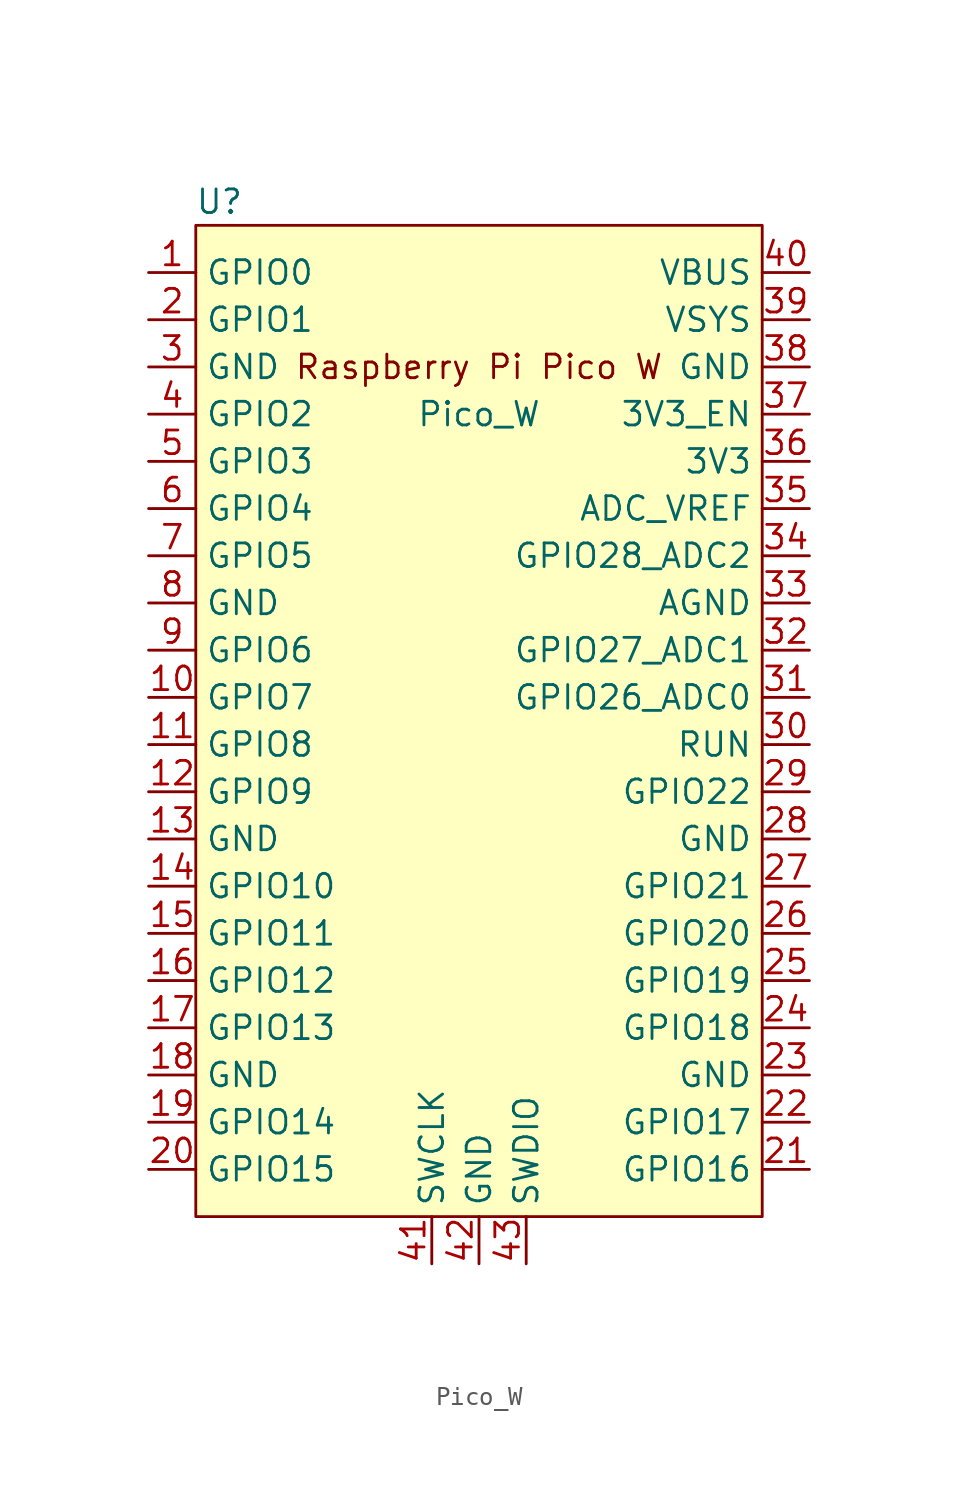
<source format=kicad_sym>
(kicad_symbol_lib
  (version 20211014)
  (generator kicad_symbol_editor)
  (symbol "Pico_W"
    (property "Reference" "U"
      (at -13.97 27.94 0)
      (effects (font (size 1.27 1.27))))
    (property "Value" "Pico_W"
      (at 0 16.51 0)
      (effects (font (size 1.27 1.27))))
    (symbol "Pico_W_0_0"
      (text "Raspberry Pi Pico W" (at 0 19.05 0) (effects (font (size 1.27 1.27)))))
    (symbol "Pico_W_0_1"
      (rectangle (start -15.24 26.67) (end 15.24 -26.67) (stroke (width 0) (type default) (color 0 0 0 0)) (fill (type background))))
    (symbol "Pico_W_1_1"
      (pin bidirectional line (at -17.78 24.13 0) (length 2.54) (name "GPIO0" (effects (font (size 1.27 1.27)))) (number "1" (effects (font (size 1.27 1.27)))))
      (pin bidirectional line (at -17.78 1.27 0) (length 2.54) (name "GPIO7" (effects (font (size 1.27 1.27)))) (number "10" (effects (font (size 1.27 1.27)))))
      (pin bidirectional line (at -17.78 -1.27 0) (length 2.54) (name "GPIO8" (effects (font (size 1.27 1.27)))) (number "11" (effects (font (size 1.27 1.27)))))
      (pin bidirectional line (at -17.78 -3.81 0) (length 2.54) (name "GPIO9" (effects (font (size 1.27 1.27)))) (number "12" (effects (font (size 1.27 1.27)))))
      (pin power_in line (at -17.78 -6.35 0) (length 2.54) (name "GND" (effects (font (size 1.27 1.27)))) (number "13" (effects (font (size 1.27 1.27)))))
      (pin bidirectional line (at -17.78 -8.89 0) (length 2.54) (name "GPIO10" (effects (font (size 1.27 1.27)))) (number "14" (effects (font (size 1.27 1.27)))))
      (pin bidirectional line (at -17.78 -11.43 0) (length 2.54) (name "GPIO11" (effects (font (size 1.27 1.27)))) (number "15" (effects (font (size 1.27 1.27)))))
      (pin bidirectional line (at -17.78 -13.97 0) (length 2.54) (name "GPIO12" (effects (font (size 1.27 1.27)))) (number "16" (effects (font (size 1.27 1.27)))))
      (pin bidirectional line (at -17.78 -16.51 0) (length 2.54) (name "GPIO13" (effects (font (size 1.27 1.27)))) (number "17" (effects (font (size 1.27 1.27)))))
      (pin power_in line (at -17.78 -19.05 0) (length 2.54) (name "GND" (effects (font (size 1.27 1.27)))) (number "18" (effects (font (size 1.27 1.27)))))
      (pin bidirectional line (at -17.78 -21.59 0) (length 2.54) (name "GPIO14" (effects (font (size 1.27 1.27)))) (number "19" (effects (font (size 1.27 1.27)))))
      (pin bidirectional line (at -17.78 21.59 0) (length 2.54) (name "GPIO1" (effects (font (size 1.27 1.27)))) (number "2" (effects (font (size 1.27 1.27)))))
      (pin bidirectional line (at -17.78 -24.13 0) (length 2.54) (name "GPIO15" (effects (font (size 1.27 1.27)))) (number "20" (effects (font (size 1.27 1.27)))))
      (pin bidirectional line (at 17.78 -24.13 180) (length 2.54) (name "GPIO16" (effects (font (size 1.27 1.27)))) (number "21" (effects (font (size 1.27 1.27)))))
      (pin bidirectional line (at 17.78 -21.59 180) (length 2.54) (name "GPIO17" (effects (font (size 1.27 1.27)))) (number "22" (effects (font (size 1.27 1.27)))))
      (pin power_in line (at 17.78 -19.05 180) (length 2.54) (name "GND" (effects (font (size 1.27 1.27)))) (number "23" (effects (font (size 1.27 1.27)))))
      (pin bidirectional line (at 17.78 -16.51 180) (length 2.54) (name "GPIO18" (effects (font (size 1.27 1.27)))) (number "24" (effects (font (size 1.27 1.27)))))
      (pin bidirectional line (at 17.78 -13.97 180) (length 2.54) (name "GPIO19" (effects (font (size 1.27 1.27)))) (number "25" (effects (font (size 1.27 1.27)))))
      (pin bidirectional line (at 17.78 -11.43 180) (length 2.54) (name "GPIO20" (effects (font (size 1.27 1.27)))) (number "26" (effects (font (size 1.27 1.27)))))
      (pin bidirectional line (at 17.78 -8.89 180) (length 2.54) (name "GPIO21" (effects (font (size 1.27 1.27)))) (number "27" (effects (font (size 1.27 1.27)))))
      (pin power_in line (at 17.78 -6.35 180) (length 2.54) (name "GND" (effects (font (size 1.27 1.27)))) (number "28" (effects (font (size 1.27 1.27)))))
      (pin bidirectional line (at 17.78 -3.81 180) (length 2.54) (name "GPIO22" (effects (font (size 1.27 1.27)))) (number "29" (effects (font (size 1.27 1.27)))))
      (pin power_in line (at -17.78 19.05 0) (length 2.54) (name "GND" (effects (font (size 1.27 1.27)))) (number "3" (effects (font (size 1.27 1.27)))))
      (pin input line (at 17.78 -1.27 180) (length 2.54) (name "RUN" (effects (font (size 1.27 1.27)))) (number "30" (effects (font (size 1.27 1.27)))))
      (pin bidirectional line (at 17.78 1.27 180) (length 2.54) (name "GPIO26_ADC0" (effects (font (size 1.27 1.27)))) (number "31" (effects (font (size 1.27 1.27)))))
      (pin bidirectional line (at 17.78 3.81 180) (length 2.54) (name "GPIO27_ADC1" (effects (font (size 1.27 1.27)))) (number "32" (effects (font (size 1.27 1.27)))))
      (pin power_in line (at 17.78 6.35 180) (length 2.54) (name "AGND" (effects (font (size 1.27 1.27)))) (number "33" (effects (font (size 1.27 1.27)))))
      (pin bidirectional line (at 17.78 8.89 180) (length 2.54) (name "GPIO28_ADC2" (effects (font (size 1.27 1.27)))) (number "34" (effects (font (size 1.27 1.27)))))
      (pin power_in line (at 17.78 11.43 180) (length 2.54) (name "ADC_VREF" (effects (font (size 1.27 1.27)))) (number "35" (effects (font (size 1.27 1.27)))))
      (pin power_in line (at 17.78 13.97 180) (length 2.54) (name "3V3" (effects (font (size 1.27 1.27)))) (number "36" (effects (font (size 1.27 1.27)))))
      (pin input line (at 17.78 16.51 180) (length 2.54) (name "3V3_EN" (effects (font (size 1.27 1.27)))) (number "37" (effects (font (size 1.27 1.27)))))
      (pin bidirectional line (at 17.78 19.05 180) (length 2.54) (name "GND" (effects (font (size 1.27 1.27)))) (number "38" (effects (font (size 1.27 1.27)))))
      (pin power_in line (at 17.78 21.59 180) (length 2.54) (name "VSYS" (effects (font (size 1.27 1.27)))) (number "39" (effects (font (size 1.27 1.27)))))
      (pin bidirectional line (at -17.78 16.51 0) (length 2.54) (name "GPIO2" (effects (font (size 1.27 1.27)))) (number "4" (effects (font (size 1.27 1.27)))))
      (pin power_in line (at 17.78 24.13 180) (length 2.54) (name "VBUS" (effects (font (size 1.27 1.27)))) (number "40" (effects (font (size 1.27 1.27)))))
      (pin input line (at -2.54 -29.21 90) (length 2.54) (name "SWCLK" (effects (font (size 1.27 1.27)))) (number "41" (effects (font (size 1.27 1.27)))))
      (pin power_in line (at 0 -29.21 90) (length 2.54) (name "GND" (effects (font (size 1.27 1.27)))) (number "42" (effects (font (size 1.27 1.27)))))
      (pin bidirectional line (at 2.54 -29.21 90) (length 2.54) (name "SWDIO" (effects (font (size 1.27 1.27)))) (number "43" (effects (font (size 1.27 1.27)))))
      (pin bidirectional line (at -17.78 13.97 0) (length 2.54) (name "GPIO3" (effects (font (size 1.27 1.27)))) (number "5" (effects (font (size 1.27 1.27)))))
      (pin bidirectional line (at -17.78 11.43 0) (length 2.54) (name "GPIO4" (effects (font (size 1.27 1.27)))) (number "6" (effects (font (size 1.27 1.27)))))
      (pin bidirectional line (at -17.78 8.89 0) (length 2.54) (name "GPIO5" (effects (font (size 1.27 1.27)))) (number "7" (effects (font (size 1.27 1.27)))))
      (pin power_in line (at -17.78 6.35 0) (length 2.54) (name "GND" (effects (font (size 1.27 1.27)))) (number "8" (effects (font (size 1.27 1.27)))))
      (pin bidirectional line (at -17.78 3.81 0) (length 2.54) (name "GPIO6" (effects (font (size 1.27 1.27)))) (number "9" (effects (font (size 1.27 1.27))))))))
</source>
